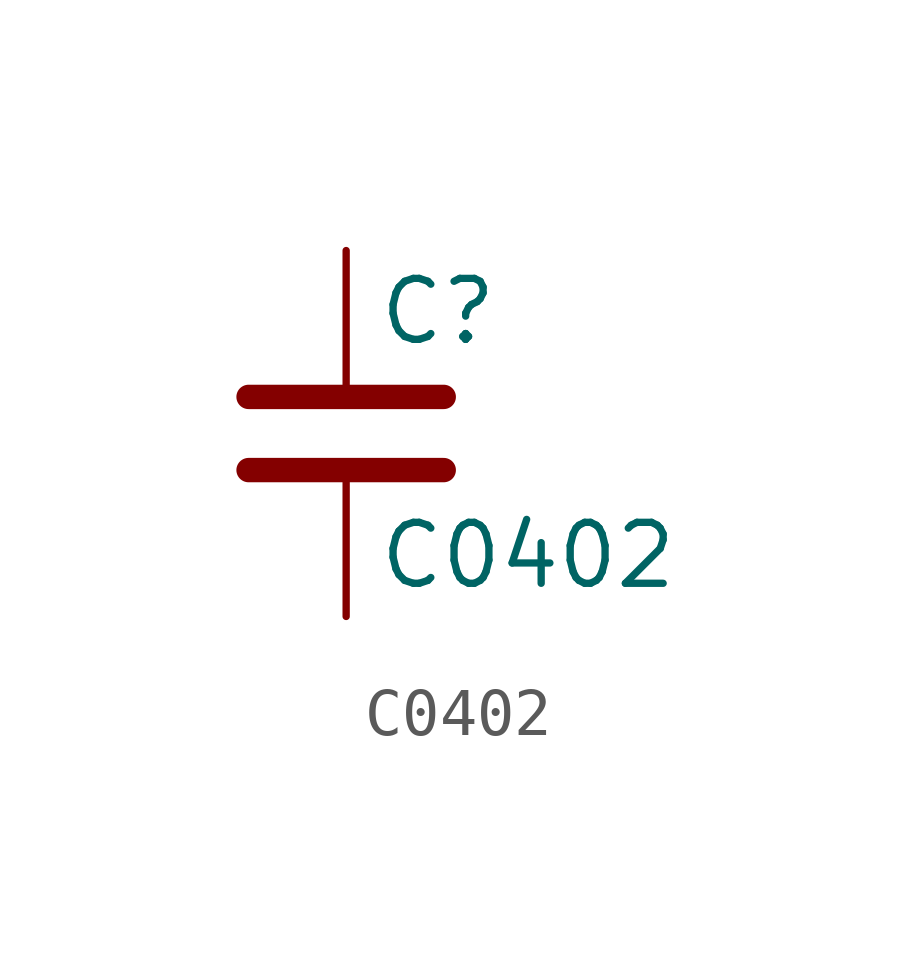
<source format=kicad_sym>
(kicad_symbol_lib
  (version 20220914)
  (generator kicad_symbol_editor)
  (symbol "C0402"
    (pin_numbers hide)
    (pin_names
      (offset 0.254))
    (property "Reference" "C"
      (at 0.635 2.54 0)
      (effects (font (size 1.27 1.27)) (justify left)))
    (property "Value" "C0402"
      (at 0.635 -2.54 0)
      (effects (font (size 1.27 1.27)) (justify left)))
    (symbol "C0402_0_1"
      (polyline (pts (xy -2.032 -0.762) (xy 2.032 -0.762)) (stroke (width 0.508) (type default)) (fill (type none)))
      (polyline (pts (xy -2.032 0.762) (xy 2.032 0.762)) (stroke (width 0.508) (type default)) (fill (type none))))
    (symbol "C0402_1_1"
      (pin passive line (at 0 3.81 270) (length 2.794) (name "~" (effects (font (size 1.27 1.27)))) (number "1" (effects (font (size 1.27 1.27)))))
      (pin passive line (at 0 -3.81 90) (length 2.794) (name "~" (effects (font (size 1.27 1.27)))) (number "2" (effects (font (size 1.27 1.27))))))))
</source>
